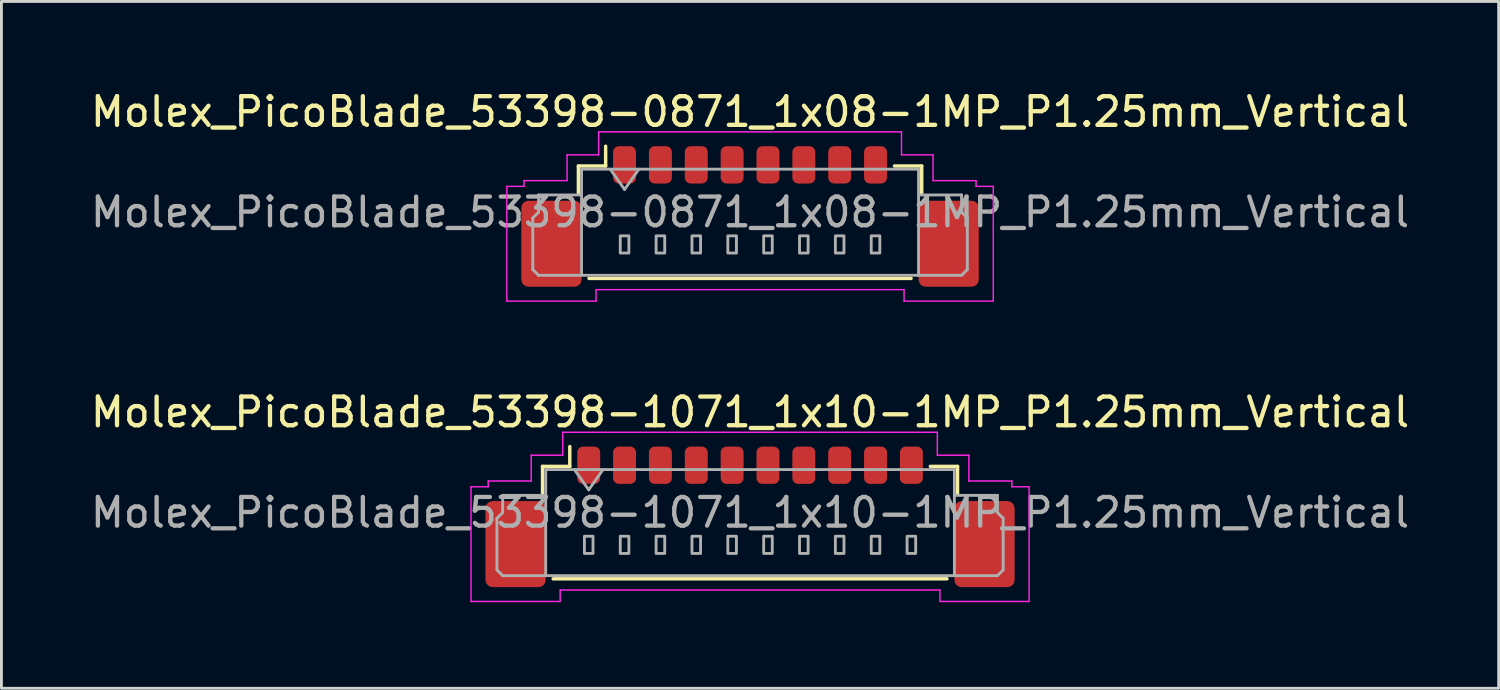
<source format=kicad_pcb>
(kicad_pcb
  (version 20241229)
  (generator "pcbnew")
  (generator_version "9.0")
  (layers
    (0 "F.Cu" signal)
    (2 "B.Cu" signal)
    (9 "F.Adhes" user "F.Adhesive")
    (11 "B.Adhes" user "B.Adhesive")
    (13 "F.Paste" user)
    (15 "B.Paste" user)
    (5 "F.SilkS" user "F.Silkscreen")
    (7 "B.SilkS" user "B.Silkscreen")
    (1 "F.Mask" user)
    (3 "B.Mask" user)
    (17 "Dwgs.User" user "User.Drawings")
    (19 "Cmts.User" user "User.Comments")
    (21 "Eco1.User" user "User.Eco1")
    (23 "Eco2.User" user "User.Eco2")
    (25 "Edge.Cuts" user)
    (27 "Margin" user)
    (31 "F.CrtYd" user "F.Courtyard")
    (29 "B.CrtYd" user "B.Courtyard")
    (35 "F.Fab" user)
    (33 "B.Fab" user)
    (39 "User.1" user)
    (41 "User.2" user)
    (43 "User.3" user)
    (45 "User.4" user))
  (footprint "Molex_PicoBlade_53398-0871_1x08-1MP_P1.25mm_Vertical"
    (layer "F.Cu")
    (at 23.101 3.948)
    (property "Reference" "Molex_PicoBlade_53398-0871_1x08-1MP_P1.25mm_Vertical" (at 0 -3.1 0) (layer "F.SilkS") (effects (font (size 1 1) (thickness 0.15))))
    (attr smd)
    (fp_line (start -5.985 -1.21) (end -5.035 -1.21) (stroke (width 0.12) (type solid)) (layer "F.SilkS"))
    (fp_line (start -5.985 -0.26) (end -5.985 -1.21) (stroke (width 0.12) (type solid)) (layer "F.SilkS"))
    (fp_line (start -5.615 2.71) (end 5.615 2.71) (stroke (width 0.12) (type solid)) (layer "F.SilkS"))
    (fp_line (start -5.035 -1.21) (end -5.035 -1.9) (stroke (width 0.12) (type solid)) (layer "F.SilkS"))
    (fp_line (start 5.985 -1.21) (end 5.035 -1.21) (stroke (width 0.12) (type solid)) (layer "F.SilkS"))
    (fp_line (start 5.985 -0.26) (end 5.985 -1.21) (stroke (width 0.12) (type solid)) (layer "F.SilkS"))
    (fp_line (start -8.48 -0.5) (end -7.88 -0.5) (stroke (width 0.05) (type solid)) (layer "F.CrtYd"))
    (fp_line (start -8.48 3.5) (end -8.48 -0.5) (stroke (width 0.05) (type solid)) (layer "F.CrtYd"))
    (fp_line (start -7.88 -0.7) (end -6.38 -0.7) (stroke (width 0.05) (type solid)) (layer "F.CrtYd"))
    (fp_line (start -7.88 -0.5) (end -7.88 -0.7) (stroke (width 0.05) (type solid)) (layer "F.CrtYd"))
    (fp_line (start -6.38 -1.6) (end -5.28 -1.6) (stroke (width 0.05) (type solid)) (layer "F.CrtYd"))
    (fp_line (start -6.38 -0.7) (end -6.38 -1.6) (stroke (width 0.05) (type solid)) (layer "F.CrtYd"))
    (fp_line (start -5.37 3.1) (end -5.37 3.5) (stroke (width 0.05) (type solid)) (layer "F.CrtYd"))
    (fp_line (start -5.37 3.5) (end -8.48 3.5) (stroke (width 0.05) (type solid)) (layer "F.CrtYd"))
    (fp_line (start -5.28 -2.4) (end 5.28 -2.4) (stroke (width 0.05) (type solid)) (layer "F.CrtYd"))
    (fp_line (start -5.28 -1.6) (end -5.28 -2.4) (stroke (width 0.05) (type solid)) (layer "F.CrtYd"))
    (fp_line (start 5.28 -2.4) (end 5.28 -1.6) (stroke (width 0.05) (type solid)) (layer "F.CrtYd"))
    (fp_line (start 5.28 -1.6) (end 6.38 -1.6) (stroke (width 0.05) (type solid)) (layer "F.CrtYd"))
    (fp_line (start 5.37 3.1) (end -5.37 3.1) (stroke (width 0.05) (type solid)) (layer "F.CrtYd"))
    (fp_line (start 5.37 3.5) (end 5.37 3.1) (stroke (width 0.05) (type solid)) (layer "F.CrtYd"))
    (fp_line (start 6.38 -1.6) (end 6.38 -0.7) (stroke (width 0.05) (type solid)) (layer "F.CrtYd"))
    (fp_line (start 6.38 -0.7) (end 7.88 -0.7) (stroke (width 0.05) (type solid)) (layer "F.CrtYd"))
    (fp_line (start 7.88 -0.7) (end 7.88 -0.5) (stroke (width 0.05) (type solid)) (layer "F.CrtYd"))
    (fp_line (start 7.88 -0.5) (end 8.48 -0.5) (stroke (width 0.05) (type solid)) (layer "F.CrtYd"))
    (fp_line (start 8.48 -0.5) (end 8.48 3.5) (stroke (width 0.05) (type solid)) (layer "F.CrtYd"))
    (fp_line (start 8.48 3.5) (end 5.37 3.5) (stroke (width 0.05) (type solid)) (layer "F.CrtYd"))
    (fp_line (start -7.575 0.6) (end -7.375 0.4) (stroke (width 0.1) (type solid)) (layer "F.Fab"))
    (fp_line (start -7.575 2.4) (end -7.575 0.6) (stroke (width 0.1) (type solid)) (layer "F.Fab"))
    (fp_line (start -7.375 -0.2) (end -5.875 -0.2) (stroke (width 0.1) (type solid)) (layer "F.Fab"))
    (fp_line (start -7.375 0.4) (end -7.375 -0.2) (stroke (width 0.1) (type solid)) (layer "F.Fab"))
    (fp_line (start -7.375 2.6) (end -7.575 2.4) (stroke (width 0.1) (type solid)) (layer "F.Fab"))
    (fp_line (start -5.875 -1.1) (end -5.875 2.6) (stroke (width 0.1) (type solid)) (layer "F.Fab"))
    (fp_line (start -5.875 -1.1) (end 5.875 -1.1) (stroke (width 0.1) (type solid)) (layer "F.Fab"))
    (fp_line (start -5.875 2.6) (end -7.375 2.6) (stroke (width 0.1) (type solid)) (layer "F.Fab"))
    (fp_line (start -5.875 2.6) (end 5.875 2.6) (stroke (width 0.1) (type solid)) (layer "F.Fab"))
    (fp_line (start -4.875 -1.1) (end -4.375 -0.393) (stroke (width 0.1) (type solid)) (layer "F.Fab"))
    (fp_line (start -4.375 -0.393) (end -3.875 -1.1) (stroke (width 0.1) (type solid)) (layer "F.Fab"))
    (fp_line (start 5.875 -1.1) (end 5.875 2.6) (stroke (width 0.1) (type solid)) (layer "F.Fab"))
    (fp_line (start 5.875 2.6) (end 7.375 2.6) (stroke (width 0.1) (type solid)) (layer "F.Fab"))
    (fp_line (start 7.375 -0.2) (end 5.875 -0.2) (stroke (width 0.1) (type solid)) (layer "F.Fab"))
    (fp_line (start 7.375 0.4) (end 7.375 -0.2) (stroke (width 0.1) (type solid)) (layer "F.Fab"))
    (fp_line (start 7.375 2.6) (end 7.575 2.4) (stroke (width 0.1) (type solid)) (layer "F.Fab"))
    (fp_line (start 7.575 0.6) (end 7.375 0.4) (stroke (width 0.1) (type solid)) (layer "F.Fab"))
    (fp_line (start 7.575 2.4) (end 7.575 0.6) (stroke (width 0.1) (type solid)) (layer "F.Fab"))
    (fp_rect (start -4.525 1.225) (end -4.225 1.825) (stroke (width 0.1) (type solid)) (fill no) (layer "F.Fab"))
    (fp_rect (start -3.275 1.225) (end -2.975 1.825) (stroke (width 0.1) (type solid)) (fill no) (layer "F.Fab"))
    (fp_rect (start -2.025 1.225) (end -1.725 1.825) (stroke (width 0.1) (type solid)) (fill no) (layer "F.Fab"))
    (fp_rect (start -0.775 1.225) (end -0.475 1.825) (stroke (width 0.1) (type solid)) (fill no) (layer "F.Fab"))
    (fp_rect (start 0.475 1.225) (end 0.775 1.825) (stroke (width 0.1) (type solid)) (fill no) (layer "F.Fab"))
    (fp_rect (start 1.725 1.225) (end 2.025 1.825) (stroke (width 0.1) (type solid)) (fill no) (layer "F.Fab"))
    (fp_rect (start 2.975 1.225) (end 3.275 1.825) (stroke (width 0.1) (type solid)) (fill no) (layer "F.Fab"))
    (fp_rect (start 4.225 1.225) (end 4.525 1.825) (stroke (width 0.1) (type solid)) (fill no) (layer "F.Fab"))
    (fp_text user "${REFERENCE}" (at 0 0.4 0) (layer "F.Fab") (effects (font (size 1 1) (thickness 0.15))))
    (pad "1" smd roundrect (at -4.375 -1.25) (size 0.8 1.3) (layers "F.Cu" "F.Mask" "F.Paste") (roundrect_rratio 0.25))
    (pad "2" smd roundrect (at -3.125 -1.25) (size 0.8 1.3) (layers "F.Cu" "F.Mask" "F.Paste") (roundrect_rratio 0.25))
    (pad "3" smd roundrect (at -1.875 -1.25) (size 0.8 1.3) (layers "F.Cu" "F.Mask" "F.Paste") (roundrect_rratio 0.25))
    (pad "4" smd roundrect (at -0.625 -1.25) (size 0.8 1.3) (layers "F.Cu" "F.Mask" "F.Paste") (roundrect_rratio 0.25))
    (pad "5" smd roundrect (at 0.625 -1.25) (size 0.8 1.3) (layers "F.Cu" "F.Mask" "F.Paste") (roundrect_rratio 0.25))
    (pad "6" smd roundrect (at 1.875 -1.25) (size 0.8 1.3) (layers "F.Cu" "F.Mask" "F.Paste") (roundrect_rratio 0.25))
    (pad "7" smd roundrect (at 3.125 -1.25) (size 0.8 1.3) (layers "F.Cu" "F.Mask" "F.Paste") (roundrect_rratio 0.25))
    (pad "8" smd roundrect (at 4.375 -1.25) (size 0.8 1.3) (layers "F.Cu" "F.Mask" "F.Paste") (roundrect_rratio 0.25))
    (pad "MP" smd roundrect (at -6.925 1.5) (size 2.1 3) (layers "F.Cu" "F.Mask" "F.Paste") (roundrect_rratio 0.119))
    (pad "MP" smd roundrect (at 6.925 1.5) (size 2.1 3) (layers "F.Cu" "F.Mask" "F.Paste") (roundrect_rratio 0.119)))
  (footprint "Molex_PicoBlade_53398-1071_1x10-1MP_P1.25mm_Vertical"
    (layer "F.Cu")
    (at 23.101 14.421)
    (property "Reference" "Molex_PicoBlade_53398-1071_1x10-1MP_P1.25mm_Vertical" (at 0 -3.1 0) (layer "F.SilkS") (effects (font (size 1 1) (thickness 0.15))))
    (attr smd)
    (fp_line (start -7.235 -1.21) (end -6.285 -1.21) (stroke (width 0.12) (type solid)) (layer "F.SilkS"))
    (fp_line (start -7.235 -0.26) (end -7.235 -1.21) (stroke (width 0.12) (type solid)) (layer "F.SilkS"))
    (fp_line (start -6.865 2.71) (end 6.865 2.71) (stroke (width 0.12) (type solid)) (layer "F.SilkS"))
    (fp_line (start -6.285 -1.21) (end -6.285 -1.9) (stroke (width 0.12) (type solid)) (layer "F.SilkS"))
    (fp_line (start 7.235 -1.21) (end 6.285 -1.21) (stroke (width 0.12) (type solid)) (layer "F.SilkS"))
    (fp_line (start 7.235 -0.26) (end 7.235 -1.21) (stroke (width 0.12) (type solid)) (layer "F.SilkS"))
    (fp_line (start -9.73 -0.5) (end -9.13 -0.5) (stroke (width 0.05) (type solid)) (layer "F.CrtYd"))
    (fp_line (start -9.73 3.5) (end -9.73 -0.5) (stroke (width 0.05) (type solid)) (layer "F.CrtYd"))
    (fp_line (start -9.13 -0.7) (end -7.63 -0.7) (stroke (width 0.05) (type solid)) (layer "F.CrtYd"))
    (fp_line (start -9.13 -0.5) (end -9.13 -0.7) (stroke (width 0.05) (type solid)) (layer "F.CrtYd"))
    (fp_line (start -7.63 -1.6) (end -6.53 -1.6) (stroke (width 0.05) (type solid)) (layer "F.CrtYd"))
    (fp_line (start -7.63 -0.7) (end -7.63 -1.6) (stroke (width 0.05) (type solid)) (layer "F.CrtYd"))
    (fp_line (start -6.62 3.1) (end -6.62 3.5) (stroke (width 0.05) (type solid)) (layer "F.CrtYd"))
    (fp_line (start -6.62 3.5) (end -9.73 3.5) (stroke (width 0.05) (type solid)) (layer "F.CrtYd"))
    (fp_line (start -6.53 -2.4) (end 6.53 -2.4) (stroke (width 0.05) (type solid)) (layer "F.CrtYd"))
    (fp_line (start -6.53 -1.6) (end -6.53 -2.4) (stroke (width 0.05) (type solid)) (layer "F.CrtYd"))
    (fp_line (start 6.53 -2.4) (end 6.53 -1.6) (stroke (width 0.05) (type solid)) (layer "F.CrtYd"))
    (fp_line (start 6.53 -1.6) (end 7.63 -1.6) (stroke (width 0.05) (type solid)) (layer "F.CrtYd"))
    (fp_line (start 6.62 3.1) (end -6.62 3.1) (stroke (width 0.05) (type solid)) (layer "F.CrtYd"))
    (fp_line (start 6.62 3.5) (end 6.62 3.1) (stroke (width 0.05) (type solid)) (layer "F.CrtYd"))
    (fp_line (start 7.63 -1.6) (end 7.63 -0.7) (stroke (width 0.05) (type solid)) (layer "F.CrtYd"))
    (fp_line (start 7.63 -0.7) (end 9.13 -0.7) (stroke (width 0.05) (type solid)) (layer "F.CrtYd"))
    (fp_line (start 9.13 -0.7) (end 9.13 -0.5) (stroke (width 0.05) (type solid)) (layer "F.CrtYd"))
    (fp_line (start 9.13 -0.5) (end 9.73 -0.5) (stroke (width 0.05) (type solid)) (layer "F.CrtYd"))
    (fp_line (start 9.73 -0.5) (end 9.73 3.5) (stroke (width 0.05) (type solid)) (layer "F.CrtYd"))
    (fp_line (start 9.73 3.5) (end 6.62 3.5) (stroke (width 0.05) (type solid)) (layer "F.CrtYd"))
    (fp_line (start -8.825 0.6) (end -8.625 0.4) (stroke (width 0.1) (type solid)) (layer "F.Fab"))
    (fp_line (start -8.825 2.4) (end -8.825 0.6) (stroke (width 0.1) (type solid)) (layer "F.Fab"))
    (fp_line (start -8.625 -0.2) (end -7.125 -0.2) (stroke (width 0.1) (type solid)) (layer "F.Fab"))
    (fp_line (start -8.625 0.4) (end -8.625 -0.2) (stroke (width 0.1) (type solid)) (layer "F.Fab"))
    (fp_line (start -8.625 2.6) (end -8.825 2.4) (stroke (width 0.1) (type solid)) (layer "F.Fab"))
    (fp_line (start -7.125 -1.1) (end -7.125 2.6) (stroke (width 0.1) (type solid)) (layer "F.Fab"))
    (fp_line (start -7.125 -1.1) (end 7.125 -1.1) (stroke (width 0.1) (type solid)) (layer "F.Fab"))
    (fp_line (start -7.125 2.6) (end -8.625 2.6) (stroke (width 0.1) (type solid)) (layer "F.Fab"))
    (fp_line (start -7.125 2.6) (end 7.125 2.6) (stroke (width 0.1) (type solid)) (layer "F.Fab"))
    (fp_line (start -6.125 -1.1) (end -5.625 -0.393) (stroke (width 0.1) (type solid)) (layer "F.Fab"))
    (fp_line (start -5.625 -0.393) (end -5.125 -1.1) (stroke (width 0.1) (type solid)) (layer "F.Fab"))
    (fp_line (start 7.125 -1.1) (end 7.125 2.6) (stroke (width 0.1) (type solid)) (layer "F.Fab"))
    (fp_line (start 7.125 2.6) (end 8.625 2.6) (stroke (width 0.1) (type solid)) (layer "F.Fab"))
    (fp_line (start 8.625 -0.2) (end 7.125 -0.2) (stroke (width 0.1) (type solid)) (layer "F.Fab"))
    (fp_line (start 8.625 0.4) (end 8.625 -0.2) (stroke (width 0.1) (type solid)) (layer "F.Fab"))
    (fp_line (start 8.625 2.6) (end 8.825 2.4) (stroke (width 0.1) (type solid)) (layer "F.Fab"))
    (fp_line (start 8.825 0.6) (end 8.625 0.4) (stroke (width 0.1) (type solid)) (layer "F.Fab"))
    (fp_line (start 8.825 2.4) (end 8.825 0.6) (stroke (width 0.1) (type solid)) (layer "F.Fab"))
    (fp_rect (start -5.775 1.225) (end -5.475 1.825) (stroke (width 0.1) (type solid)) (fill no) (layer "F.Fab"))
    (fp_rect (start -4.525 1.225) (end -4.225 1.825) (stroke (width 0.1) (type solid)) (fill no) (layer "F.Fab"))
    (fp_rect (start -3.275 1.225) (end -2.975 1.825) (stroke (width 0.1) (type solid)) (fill no) (layer "F.Fab"))
    (fp_rect (start -2.025 1.225) (end -1.725 1.825) (stroke (width 0.1) (type solid)) (fill no) (layer "F.Fab"))
    (fp_rect (start -0.775 1.225) (end -0.475 1.825) (stroke (width 0.1) (type solid)) (fill no) (layer "F.Fab"))
    (fp_rect (start 0.475 1.225) (end 0.775 1.825) (stroke (width 0.1) (type solid)) (fill no) (layer "F.Fab"))
    (fp_rect (start 1.725 1.225) (end 2.025 1.825) (stroke (width 0.1) (type solid)) (fill no) (layer "F.Fab"))
    (fp_rect (start 2.975 1.225) (end 3.275 1.825) (stroke (width 0.1) (type solid)) (fill no) (layer "F.Fab"))
    (fp_rect (start 4.225 1.225) (end 4.525 1.825) (stroke (width 0.1) (type solid)) (fill no) (layer "F.Fab"))
    (fp_rect (start 5.475 1.225) (end 5.775 1.825) (stroke (width 0.1) (type solid)) (fill no) (layer "F.Fab"))
    (fp_text user "${REFERENCE}" (at 0 0.4 0) (layer "F.Fab") (effects (font (size 1 1) (thickness 0.15))))
    (pad "1" smd roundrect (at -5.625 -1.25) (size 0.8 1.3) (layers "F.Cu" "F.Mask" "F.Paste") (roundrect_rratio 0.25))
    (pad "2" smd roundrect (at -4.375 -1.25) (size 0.8 1.3) (layers "F.Cu" "F.Mask" "F.Paste") (roundrect_rratio 0.25))
    (pad "3" smd roundrect (at -3.125 -1.25) (size 0.8 1.3) (layers "F.Cu" "F.Mask" "F.Paste") (roundrect_rratio 0.25))
    (pad "4" smd roundrect (at -1.875 -1.25) (size 0.8 1.3) (layers "F.Cu" "F.Mask" "F.Paste") (roundrect_rratio 0.25))
    (pad "5" smd roundrect (at -0.625 -1.25) (size 0.8 1.3) (layers "F.Cu" "F.Mask" "F.Paste") (roundrect_rratio 0.25))
    (pad "6" smd roundrect (at 0.625 -1.25) (size 0.8 1.3) (layers "F.Cu" "F.Mask" "F.Paste") (roundrect_rratio 0.25))
    (pad "7" smd roundrect (at 1.875 -1.25) (size 0.8 1.3) (layers "F.Cu" "F.Mask" "F.Paste") (roundrect_rratio 0.25))
    (pad "8" smd roundrect (at 3.125 -1.25) (size 0.8 1.3) (layers "F.Cu" "F.Mask" "F.Paste") (roundrect_rratio 0.25))
    (pad "9" smd roundrect (at 4.375 -1.25) (size 0.8 1.3) (layers "F.Cu" "F.Mask" "F.Paste") (roundrect_rratio 0.25))
    (pad "10" smd roundrect (at 5.625 -1.25) (size 0.8 1.3) (layers "F.Cu" "F.Mask" "F.Paste") (roundrect_rratio 0.25))
    (pad "MP" smd roundrect (at -8.175 1.5) (size 2.1 3) (layers "F.Cu" "F.Mask" "F.Paste") (roundrect_rratio 0.119))
    (pad "MP" smd roundrect (at 8.175 1.5) (size 2.1 3) (layers "F.Cu" "F.Mask" "F.Paste") (roundrect_rratio 0.119)))
  (gr_rect
    (start -3 -3)
    (end 49.202 20.947)
    (stroke (width 0.1) (type default))
    (fill no)
    (layer "Edge.Cuts")))
</source>
